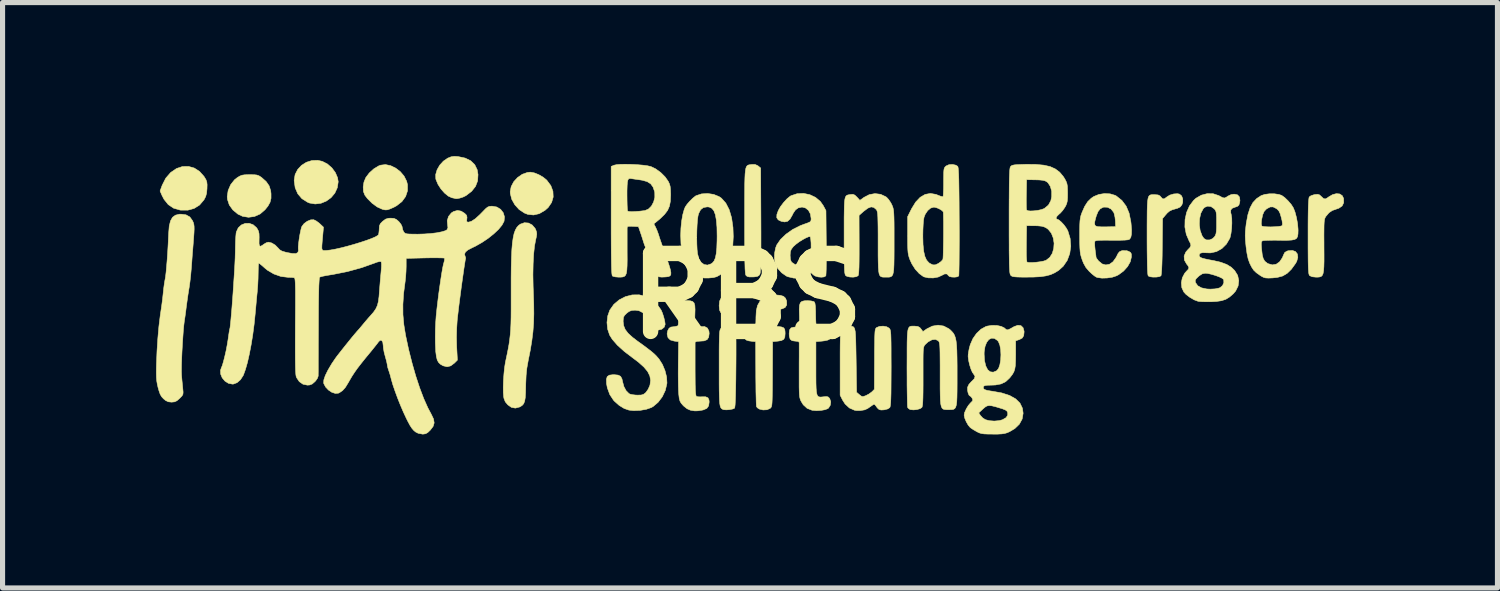
<source format=kicad_pcb>
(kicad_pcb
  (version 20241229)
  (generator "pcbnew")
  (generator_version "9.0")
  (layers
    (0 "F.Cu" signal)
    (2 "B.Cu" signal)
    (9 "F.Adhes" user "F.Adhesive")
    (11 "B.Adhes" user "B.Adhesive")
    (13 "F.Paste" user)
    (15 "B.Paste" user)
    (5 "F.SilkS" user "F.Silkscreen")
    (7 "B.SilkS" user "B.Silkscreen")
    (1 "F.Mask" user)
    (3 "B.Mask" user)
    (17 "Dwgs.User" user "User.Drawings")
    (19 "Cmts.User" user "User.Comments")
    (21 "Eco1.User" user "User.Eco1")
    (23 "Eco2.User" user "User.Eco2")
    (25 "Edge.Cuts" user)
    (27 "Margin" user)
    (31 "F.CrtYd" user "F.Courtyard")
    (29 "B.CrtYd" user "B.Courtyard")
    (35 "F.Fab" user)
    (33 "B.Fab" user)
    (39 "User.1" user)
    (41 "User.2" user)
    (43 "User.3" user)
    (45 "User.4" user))
  (footprint "RBS"
    (layer "F.Cu")
    (at 11.55 2.737)
    (property "Reference" "RBS" (at 0 0 0) (layer "F.SilkS") (effects (font (size 1.524 1.524) (thickness 0.3))))
    (attr through_hole)
    (fp_poly (pts (xy -0.309 0.006) (xy -0.261 0.029) (xy -0.235 0.074) (xy -0.225 0.149) (xy -0.225 0.185) (xy -0.228 0.265) (xy -0.238 0.312) (xy -0.254 0.333) (xy -0.3 0.347) (xy -0.364 0.352) (xy -0.433 0.348) (xy -0.49 0.335) (xy -0.516 0.321) (xy -0.539 0.273) (xy -0.547 0.19) (xy -0.547 0.184) (xy -0.538 0.096) (xy -0.509 0.038) (xy -0.455 0.008) (xy -0.385 0) (xy -0.309 0.006)) (stroke (width 0.01) (type solid)) (fill yes) (layer "F.SilkS"))
    (fp_poly (pts (xy -8.302 -2.634) (xy -8.204 -2.584) (xy -8.116 -2.508) (xy -8.047 -2.415) (xy -8.004 -2.315) (xy -7.991 -2.235) (xy -8.009 -2.118) (xy -8.057 -2.013) (xy -8.131 -1.925) (xy -8.223 -1.858) (xy -8.328 -1.815) (xy -8.44 -1.801) (xy -8.553 -1.82) (xy -8.589 -1.835) (xy -8.7 -1.905) (xy -8.781 -2) (xy -8.832 -2.118) (xy -8.851 -2.256) (xy -8.851 -2.266) (xy -8.833 -2.377) (xy -8.783 -2.475) (xy -8.708 -2.556) (xy -8.613 -2.616) (xy -8.505 -2.65) (xy -8.391 -2.654) (xy -8.302 -2.634)) (stroke (width 0.01) (type solid)) (fill yes) (layer "F.SilkS"))
    (fp_poly (pts (xy -4.16 -2.409) (xy -4.072 -2.374) (xy -3.986 -2.324) (xy -3.915 -2.266) (xy -3.914 -2.264) (xy -3.836 -2.159) (xy -3.795 -2.048) (xy -3.79 -1.937) (xy -3.821 -1.831) (xy -3.887 -1.734) (xy -3.949 -1.678) (xy -4.062 -1.612) (xy -4.174 -1.586) (xy -4.286 -1.598) (xy -4.352 -1.624) (xy -4.456 -1.693) (xy -4.54 -1.786) (xy -4.6 -1.893) (xy -4.628 -2.006) (xy -4.63 -2.042) (xy -4.611 -2.141) (xy -4.561 -2.236) (xy -4.486 -2.318) (xy -4.395 -2.381) (xy -4.294 -2.417) (xy -4.236 -2.423) (xy -4.16 -2.409)) (stroke (width 0.01) (type solid)) (fill yes) (layer "F.SilkS"))
    (fp_poly (pts (xy -10.803 -2.503) (xy -10.701 -2.437) (xy -10.614 -2.34) (xy -10.607 -2.329) (xy -10.575 -2.276) (xy -10.559 -2.231) (xy -10.553 -2.178) (xy -10.555 -2.103) (xy -10.555 -2.1) (xy -10.563 -2.012) (xy -10.581 -1.946) (xy -10.612 -1.886) (xy -10.615 -1.881) (xy -10.7 -1.781) (xy -10.807 -1.714) (xy -10.931 -1.68) (xy -11.07 -1.681) (xy -11.083 -1.683) (xy -11.208 -1.719) (xy -11.312 -1.789) (xy -11.394 -1.891) (xy -11.431 -1.961) (xy -11.472 -2.055) (xy -11.43 -2.169) (xy -11.361 -2.305) (xy -11.266 -2.415) (xy -11.151 -2.494) (xy -11.034 -2.533) (xy -10.916 -2.535) (xy -10.803 -2.503)) (stroke (width 0.01) (type solid)) (fill yes) (layer "F.SilkS"))
    (fp_poly (pts (xy -6.967 -2.55) (xy -6.868 -2.502) (xy -6.778 -2.433) (xy -6.704 -2.346) (xy -6.654 -2.246) (xy -6.637 -2.179) (xy -6.637 -2.058) (xy -6.674 -1.947) (xy -6.746 -1.848) (xy -6.849 -1.767) (xy -6.906 -1.736) (xy -6.979 -1.704) (xy -7.03 -1.687) (xy -7.073 -1.685) (xy -7.12 -1.695) (xy -7.132 -1.699) (xy -7.229 -1.743) (xy -7.329 -1.816) (xy -7.42 -1.907) (xy -7.47 -1.973) (xy -7.498 -2.044) (xy -7.503 -2.134) (xy -7.488 -2.229) (xy -7.452 -2.316) (xy -7.452 -2.317) (xy -7.384 -2.407) (xy -7.296 -2.487) (xy -7.202 -2.544) (xy -7.165 -2.559) (xy -7.068 -2.571) (xy -6.967 -2.55)) (stroke (width 0.01) (type solid)) (fill yes) (layer "F.SilkS"))
    (fp_poly (pts (xy -5.651 -2.728) (xy -5.51 -2.698) (xy -5.401 -2.645) (xy -5.323 -2.569) (xy -5.275 -2.47) (xy -5.259 -2.375) (xy -5.267 -2.252) (xy -5.308 -2.145) (xy -5.384 -2.049) (xy -5.495 -1.964) (xy -5.55 -1.937) (xy -5.614 -1.916) (xy -5.671 -1.905) (xy -5.695 -1.906) (xy -5.728 -1.914) (xy -5.77 -1.923) (xy -5.84 -1.955) (xy -5.913 -2.015) (xy -5.983 -2.094) (xy -6.041 -2.184) (xy -6.079 -2.274) (xy -6.084 -2.292) (xy -6.086 -2.377) (xy -6.059 -2.469) (xy -6.007 -2.56) (xy -5.936 -2.638) (xy -5.852 -2.696) (xy -5.85 -2.697) (xy -5.785 -2.723) (xy -5.725 -2.732) (xy -5.651 -2.728)) (stroke (width 0.01) (type solid)) (fill yes) (layer "F.SilkS"))
    (fp_poly (pts (xy -9.637 -2.373) (xy -9.582 -2.367) (xy -9.541 -2.353) (xy -9.503 -2.329) (xy -9.49 -2.32) (xy -9.399 -2.239) (xy -9.341 -2.156) (xy -9.311 -2.062) (xy -9.304 -2.003) (xy -9.304 -1.911) (xy -9.323 -1.834) (xy -9.364 -1.76) (xy -9.421 -1.689) (xy -9.517 -1.606) (xy -9.627 -1.557) (xy -9.743 -1.541) (xy -9.86 -1.56) (xy -9.951 -1.603) (xy -10.049 -1.684) (xy -10.119 -1.781) (xy -10.155 -1.89) (xy -10.16 -1.944) (xy -10.142 -2.064) (xy -10.093 -2.177) (xy -10.018 -2.273) (xy -9.965 -2.315) (xy -9.916 -2.345) (xy -9.872 -2.363) (xy -9.82 -2.371) (xy -9.746 -2.374) (xy -9.719 -2.374) (xy -9.637 -2.373)) (stroke (width 0.01) (type solid)) (fill yes) (layer "F.SilkS"))
    (fp_poly (pts (xy 0.205 -2.551) (xy 0.215 -2.544) (xy 0.264 -2.504) (xy 0.269 -1.492) (xy 0.27 -1.254) (xy 0.27 -1.053) (xy 0.27 -0.886) (xy 0.268 -0.749) (xy 0.267 -0.641) (xy 0.264 -0.558) (xy 0.26 -0.497) (xy 0.256 -0.457) (xy 0.25 -0.433) (xy 0.249 -0.43) (xy 0.228 -0.401) (xy 0.197 -0.385) (xy 0.144 -0.377) (xy 0.115 -0.375) (xy 0.044 -0.375) (xy 0.002 -0.385) (xy -0.021 -0.403) (xy -0.028 -0.416) (xy -0.033 -0.44) (xy -0.037 -0.479) (xy -0.041 -0.536) (xy -0.043 -0.613) (xy -0.046 -0.714) (xy -0.047 -0.841) (xy -0.048 -0.998) (xy -0.049 -1.187) (xy -0.049 -1.412) (xy -0.049 -1.468) (xy -0.049 -1.701) (xy -0.049 -1.899) (xy -0.048 -2.064) (xy -0.047 -2.198) (xy -0.044 -2.306) (xy -0.04 -2.39) (xy -0.033 -2.454) (xy -0.025 -2.499) (xy -0.013 -2.531) (xy 0.002 -2.55) (xy 0.02 -2.561) (xy 0.043 -2.567) (xy 0.069 -2.57) (xy 0.09 -2.573) (xy 0.155 -2.573) (xy 0.205 -2.551)) (stroke (width 0.01) (type solid)) (fill yes) (layer "F.SilkS"))
    (fp_poly (pts (xy -0.311 0.594) (xy -0.255 0.624) (xy -0.253 0.626) (xy -0.243 0.637) (xy -0.235 0.651) (xy -0.229 0.672) (xy -0.224 0.703) (xy -0.22 0.748) (xy -0.218 0.811) (xy -0.217 0.897) (xy -0.217 1.008) (xy -0.217 1.148) (xy -0.218 1.322) (xy -0.219 1.416) (xy -0.221 1.628) (xy -0.224 1.802) (xy -0.227 1.941) (xy -0.231 2.048) (xy -0.235 2.123) (xy -0.241 2.17) (xy -0.247 2.19) (xy -0.282 2.205) (xy -0.339 2.217) (xy -0.402 2.222) (xy -0.454 2.219) (xy -0.469 2.215) (xy -0.488 2.206) (xy -0.504 2.194) (xy -0.517 2.175) (xy -0.527 2.146) (xy -0.535 2.102) (xy -0.54 2.04) (xy -0.543 1.956) (xy -0.546 1.846) (xy -0.547 1.708) (xy -0.547 1.537) (xy -0.547 1.403) (xy -0.547 1.213) (xy -0.547 1.059) (xy -0.546 0.936) (xy -0.544 0.841) (xy -0.542 0.769) (xy -0.539 0.717) (xy -0.534 0.68) (xy -0.528 0.656) (xy -0.52 0.64) (xy -0.511 0.628) (xy -0.508 0.625) (xy -0.454 0.595) (xy -0.382 0.585) (xy -0.311 0.594)) (stroke (width 0.01) (type solid)) (fill yes) (layer "F.SilkS"))
    (fp_poly (pts (xy 8.448 -1.994) (xy 8.49 -1.959) (xy 8.512 -1.902) (xy 8.512 -1.834) (xy 8.496 -1.786) (xy 8.464 -1.744) (xy 8.41 -1.717) (xy 8.381 -1.709) (xy 8.306 -1.687) (xy 8.255 -1.663) (xy 8.211 -1.626) (xy 8.174 -1.584) (xy 8.118 -1.517) (xy 8.112 -0.969) (xy 8.11 -0.787) (xy 8.106 -0.637) (xy 8.101 -0.523) (xy 8.095 -0.444) (xy 8.088 -0.402) (xy 8.086 -0.397) (xy 8.053 -0.381) (xy 7.997 -0.373) (xy 7.933 -0.372) (xy 7.875 -0.379) (xy 7.839 -0.394) (xy 7.839 -0.395) (xy 7.832 -0.412) (xy 7.827 -0.452) (xy 7.823 -0.516) (xy 7.82 -0.608) (xy 7.818 -0.73) (xy 7.816 -0.885) (xy 7.815 -1.075) (xy 7.815 -1.174) (xy 7.815 -1.373) (xy 7.816 -1.536) (xy 7.817 -1.668) (xy 7.82 -1.771) (xy 7.825 -1.849) (xy 7.833 -1.905) (xy 7.844 -1.943) (xy 7.86 -1.966) (xy 7.881 -1.978) (xy 7.907 -1.983) (xy 7.94 -1.983) (xy 7.967 -1.983) (xy 8.029 -1.978) (xy 8.066 -1.96) (xy 8.084 -1.939) (xy 8.117 -1.903) (xy 8.15 -1.901) (xy 8.194 -1.932) (xy 8.198 -1.936) (xy 8.258 -1.974) (xy 8.335 -1.997) (xy 8.41 -2.002) (xy 8.448 -1.994)) (stroke (width 0.01) (type solid)) (fill yes) (layer "F.SilkS"))
    (fp_poly (pts (xy 11.58 -1.997) (xy 11.63 -1.963) (xy 11.656 -1.908) (xy 11.657 -1.825) (xy 11.626 -1.762) (xy 11.562 -1.718) (xy 11.518 -1.703) (xy 11.433 -1.673) (xy 11.37 -1.63) (xy 11.313 -1.563) (xy 11.308 -1.557) (xy 11.297 -1.538) (xy 11.288 -1.517) (xy 11.281 -1.487) (xy 11.276 -1.445) (xy 11.273 -1.385) (xy 11.272 -1.302) (xy 11.271 -1.192) (xy 11.272 -1.05) (xy 11.272 -0.983) (xy 11.273 -0.813) (xy 11.273 -0.677) (xy 11.27 -0.573) (xy 11.264 -0.495) (xy 11.254 -0.441) (xy 11.238 -0.405) (xy 11.216 -0.384) (xy 11.186 -0.375) (xy 11.148 -0.371) (xy 11.118 -0.371) (xy 11.041 -0.379) (xy 10.994 -0.4) (xy 10.992 -0.402) (xy 10.984 -0.414) (xy 10.977 -0.434) (xy 10.972 -0.468) (xy 10.968 -0.517) (xy 10.965 -0.586) (xy 10.963 -0.679) (xy 10.962 -0.799) (xy 10.961 -0.95) (xy 10.961 -1.135) (xy 10.961 -1.17) (xy 10.961 -1.372) (xy 10.962 -1.539) (xy 10.964 -1.672) (xy 10.967 -1.775) (xy 10.971 -1.85) (xy 10.976 -1.901) (xy 10.981 -1.931) (xy 10.986 -1.94) (xy 11.019 -1.963) (xy 11.074 -1.981) (xy 11.092 -1.985) (xy 11.148 -1.99) (xy 11.185 -1.979) (xy 11.221 -1.946) (xy 11.263 -1.907) (xy 11.297 -1.899) (xy 11.338 -1.92) (xy 11.359 -1.936) (xy 11.438 -1.983) (xy 11.514 -2.003) (xy 11.58 -1.997)) (stroke (width 0.01) (type solid)) (fill yes) (layer "F.SilkS"))
    (fp_poly (pts (xy -4.273 -1.429) (xy -4.201 -1.391) (xy -4.144 -1.325) (xy -4.13 -1.296) (xy -4.115 -1.252) (xy -4.111 -1.212) (xy -4.119 -1.159) (xy -4.131 -1.106) (xy -4.155 -0.98) (xy -4.172 -0.821) (xy -4.182 -0.632) (xy -4.186 -0.42) (xy -4.182 -0.189) (xy -4.178 -0.084) (xy -4.17 0.145) (xy -4.168 0.346) (xy -4.173 0.528) (xy -4.186 0.7) (xy -4.208 0.874) (xy -4.238 1.058) (xy -4.279 1.263) (xy -4.282 1.28) (xy -4.305 1.409) (xy -4.319 1.547) (xy -4.326 1.708) (xy -4.327 1.758) (xy -4.33 1.888) (xy -4.336 1.984) (xy -4.348 2.053) (xy -4.367 2.102) (xy -4.396 2.135) (xy -4.434 2.16) (xy -4.446 2.166) (xy -4.53 2.188) (xy -4.607 2.173) (xy -4.676 2.124) (xy -4.726 2.065) (xy -4.752 1.998) (xy -4.758 1.965) (xy -4.765 1.884) (xy -4.766 1.776) (xy -4.762 1.653) (xy -4.753 1.524) (xy -4.741 1.403) (xy -4.725 1.3) (xy -4.72 1.275) (xy -4.693 1.148) (xy -4.671 1.038) (xy -4.653 0.939) (xy -4.64 0.846) (xy -4.629 0.751) (xy -4.621 0.651) (xy -4.616 0.538) (xy -4.613 0.409) (xy -4.612 0.256) (xy -4.612 0.074) (xy -4.612 -0.095) (xy -4.612 -0.349) (xy -4.61 -0.568) (xy -4.605 -0.753) (xy -4.598 -0.909) (xy -4.587 -1.037) (xy -4.572 -1.141) (xy -4.554 -1.225) (xy -4.53 -1.29) (xy -4.502 -1.341) (xy -4.469 -1.379) (xy -4.432 -1.407) (xy -4.353 -1.435) (xy -4.273 -1.429)) (stroke (width 0.01) (type solid)) (fill yes) (layer "F.SilkS"))
    (fp_poly (pts (xy -0.654 -1.988) (xy -0.548 -1.945) (xy -0.503 -1.914) (xy -0.417 -1.818) (xy -0.351 -1.69) (xy -0.304 -1.531) (xy -0.277 -1.343) (xy -0.271 -1.164) (xy -0.282 -0.959) (xy -0.313 -0.78) (xy -0.364 -0.63) (xy -0.433 -0.51) (xy -0.52 -0.423) (xy -0.595 -0.38) (xy -0.66 -0.363) (xy -0.746 -0.355) (xy -0.837 -0.355) (xy -0.917 -0.363) (xy -0.957 -0.373) (xy -1.066 -0.438) (xy -1.154 -0.535) (xy -1.222 -0.665) (xy -1.268 -0.828) (xy -1.293 -1.024) (xy -1.297 -1.145) (xy -0.985 -1.145) (xy -0.983 -1.02) (xy -0.978 -0.909) (xy -0.97 -0.832) (xy -0.944 -0.733) (xy -0.9 -0.661) (xy -0.842 -0.618) (xy -0.775 -0.607) (xy -0.705 -0.631) (xy -0.678 -0.65) (xy -0.646 -0.688) (xy -0.621 -0.747) (xy -0.604 -0.83) (xy -0.593 -0.941) (xy -0.588 -1.085) (xy -0.587 -1.172) (xy -0.59 -1.347) (xy -0.602 -1.486) (xy -0.621 -1.592) (xy -0.65 -1.668) (xy -0.69 -1.717) (xy -0.741 -1.741) (xy -0.779 -1.745) (xy -0.854 -1.732) (xy -0.909 -1.69) (xy -0.947 -1.616) (xy -0.96 -1.568) (xy -0.97 -1.495) (xy -0.978 -1.392) (xy -0.983 -1.272) (xy -0.985 -1.145) (xy -1.297 -1.145) (xy -1.299 -1.182) (xy -1.294 -1.327) (xy -1.28 -1.467) (xy -1.258 -1.592) (xy -1.23 -1.693) (xy -1.209 -1.744) (xy -1.173 -1.796) (xy -1.121 -1.856) (xy -1.063 -1.913) (xy -1.011 -1.955) (xy -0.998 -1.963) (xy -0.892 -1.998) (xy -0.773 -2.006) (xy -0.654 -1.988)) (stroke (width 0.01) (type solid)) (fill yes) (layer "F.SilkS"))
    (fp_poly (pts (xy 0.553 -0.024) (xy 0.647 -0.016) (xy 0.71 0.003) (xy 0.749 0.039) (xy 0.771 0.093) (xy 0.772 0.101) (xy 0.773 0.172) (xy 0.741 0.223) (xy 0.68 0.25) (xy 0.636 0.254) (xy 0.569 0.259) (xy 0.526 0.28) (xy 0.502 0.323) (xy 0.492 0.394) (xy 0.491 0.449) (xy 0.493 0.531) (xy 0.503 0.577) (xy 0.514 0.587) (xy 0.611 0.593) (xy 0.676 0.603) (xy 0.715 0.62) (xy 0.735 0.65) (xy 0.741 0.697) (xy 0.742 0.733) (xy 0.736 0.803) (xy 0.714 0.845) (xy 0.668 0.868) (xy 0.602 0.879) (xy 0.498 0.889) (xy 0.495 1.523) (xy 0.494 1.698) (xy 0.493 1.837) (xy 0.491 1.945) (xy 0.489 2.027) (xy 0.486 2.087) (xy 0.482 2.128) (xy 0.476 2.155) (xy 0.468 2.173) (xy 0.458 2.185) (xy 0.449 2.193) (xy 0.388 2.22) (xy 0.311 2.224) (xy 0.239 2.207) (xy 0.2 2.182) (xy 0.183 2.159) (xy 0.18 2.133) (xy 0.177 2.073) (xy 0.175 1.983) (xy 0.172 1.869) (xy 0.171 1.736) (xy 0.169 1.588) (xy 0.169 1.509) (xy 0.166 0.889) (xy 0.107 0.884) (xy 0.032 0.874) (xy -0.015 0.859) (xy -0.041 0.834) (xy -0.055 0.796) (xy -0.062 0.729) (xy -0.052 0.664) (xy -0.028 0.614) (xy -0.015 0.602) (xy 0.022 0.591) (xy 0.068 0.588) (xy 0.118 0.589) (xy 0.15 0.588) (xy 0.162 0.57) (xy 0.17 0.518) (xy 0.172 0.429) (xy 0.172 0.413) (xy 0.179 0.283) (xy 0.203 0.183) (xy 0.247 0.104) (xy 0.313 0.04) (xy 0.335 0.025) (xy 0.384 -0.004) (xy 0.429 -0.019) (xy 0.487 -0.025) (xy 0.553 -0.024)) (stroke (width 0.01) (type solid)) (fill yes) (layer "F.SilkS"))
    (fp_poly (pts (xy 2.726 0.598) (xy 2.774 0.625) (xy 2.784 0.637) (xy 2.793 0.651) (xy 2.799 0.673) (xy 2.804 0.706) (xy 2.808 0.754) (xy 2.81 0.82) (xy 2.812 0.909) (xy 2.813 1.025) (xy 2.813 1.171) (xy 2.814 1.351) (xy 2.814 1.403) (xy 2.813 1.603) (xy 2.812 1.766) (xy 2.811 1.897) (xy 2.808 1.999) (xy 2.805 2.075) (xy 2.8 2.128) (xy 2.794 2.161) (xy 2.788 2.177) (xy 2.749 2.203) (xy 2.684 2.22) (xy 2.674 2.222) (xy 2.616 2.225) (xy 2.578 2.215) (xy 2.544 2.184) (xy 2.512 2.14) (xy 2.491 2.115) (xy 2.469 2.116) (xy 2.44 2.136) (xy 2.39 2.171) (xy 2.354 2.196) (xy 2.295 2.222) (xy 2.216 2.235) (xy 2.134 2.235) (xy 2.098 2.229) (xy 1.998 2.185) (xy 1.914 2.107) (xy 1.865 2.031) (xy 1.817 1.936) (xy 1.817 1.293) (xy 1.817 1.108) (xy 1.818 0.959) (xy 1.82 0.841) (xy 1.824 0.751) (xy 1.831 0.685) (xy 1.842 0.64) (xy 1.858 0.611) (xy 1.88 0.595) (xy 1.908 0.588) (xy 1.943 0.586) (xy 1.975 0.586) (xy 2.014 0.586) (xy 2.045 0.588) (xy 2.069 0.595) (xy 2.088 0.612) (xy 2.102 0.643) (xy 2.112 0.69) (xy 2.118 0.759) (xy 2.122 0.853) (xy 2.125 0.976) (xy 2.128 1.131) (xy 2.13 1.251) (xy 2.139 1.879) (xy 2.194 1.926) (xy 2.232 1.955) (xy 2.262 1.963) (xy 2.304 1.95) (xy 2.321 1.943) (xy 2.382 1.911) (xy 2.435 1.872) (xy 2.44 1.867) (xy 2.486 1.821) (xy 2.489 1.231) (xy 2.489 1.064) (xy 2.491 0.931) (xy 2.492 0.829) (xy 2.495 0.752) (xy 2.498 0.698) (xy 2.503 0.661) (xy 2.51 0.638) (xy 2.518 0.624) (xy 2.529 0.614) (xy 2.529 0.614) (xy 2.586 0.591) (xy 2.657 0.586) (xy 2.726 0.598)) (stroke (width 0.01) (type solid)) (fill yes) (layer "F.SilkS"))
    (fp_poly (pts (xy -10.965 -1.589) (xy -10.891 -1.548) (xy -10.839 -1.476) (xy -10.834 -1.465) (xy -10.82 -1.433) (xy -10.812 -1.401) (xy -10.807 -1.362) (xy -10.806 -1.31) (xy -10.809 -1.237) (xy -10.816 -1.137) (xy -10.822 -1.058) (xy -10.832 -0.929) (xy -10.843 -0.795) (xy -10.852 -0.668) (xy -10.86 -0.562) (xy -10.863 -0.528) (xy -10.873 -0.414) (xy -10.887 -0.288) (xy -10.903 -0.173) (xy -10.909 -0.137) (xy -10.926 -0.031) (xy -10.942 0.082) (xy -10.956 0.184) (xy -10.959 0.205) (xy -10.971 0.302) (xy -10.985 0.404) (xy -10.998 0.488) (xy -11.008 0.57) (xy -11.018 0.679) (xy -11.027 0.808) (xy -11.036 0.947) (xy -11.044 1.09) (xy -11.05 1.229) (xy -11.054 1.354) (xy -11.055 1.46) (xy -11.053 1.536) (xy -11.052 1.553) (xy -11.044 1.646) (xy -11.034 1.744) (xy -11.028 1.808) (xy -11.022 1.874) (xy -11.025 1.916) (xy -11.043 1.949) (xy -11.079 1.987) (xy -11.09 1.998) (xy -11.143 2.044) (xy -11.188 2.065) (xy -11.244 2.071) (xy -11.249 2.071) (xy -11.312 2.064) (xy -11.364 2.039) (xy -11.402 2.008) (xy -11.441 1.966) (xy -11.47 1.917) (xy -11.494 1.848) (xy -11.511 1.788) (xy -11.526 1.721) (xy -11.537 1.658) (xy -11.543 1.589) (xy -11.545 1.506) (xy -11.544 1.398) (xy -11.542 1.319) (xy -11.532 1.074) (xy -11.516 0.828) (xy -11.495 0.593) (xy -11.469 0.38) (xy -11.456 0.293) (xy -11.44 0.184) (xy -11.424 0.062) (xy -11.412 -0.049) (xy -11.41 -0.068) (xy -11.4 -0.16) (xy -11.388 -0.248) (xy -11.376 -0.318) (xy -11.373 -0.332) (xy -11.364 -0.386) (xy -11.354 -0.472) (xy -11.344 -0.584) (xy -11.333 -0.717) (xy -11.323 -0.864) (xy -11.314 -1.019) (xy -11.307 -1.175) (xy -11.304 -1.233) (xy -11.293 -1.369) (xy -11.268 -1.47) (xy -11.229 -1.54) (xy -11.172 -1.582) (xy -11.096 -1.601) (xy -11.063 -1.602) (xy -10.965 -1.589)) (stroke (width 0.01) (type solid)) (fill yes) (layer "F.SilkS"))
    (fp_poly (pts (xy -1.113 0.091) (xy -1.066 0.104) (xy -1.037 0.133) (xy -1.022 0.183) (xy -1.018 0.262) (xy -1.021 0.367) (xy -1.024 0.469) (xy -1.02 0.538) (xy -1.007 0.579) (xy -0.983 0.598) (xy -0.944 0.6) (xy -0.91 0.595) (xy -0.831 0.594) (xy -0.777 0.623) (xy -0.747 0.682) (xy -0.742 0.73) (xy -0.752 0.803) (xy -0.783 0.85) (xy -0.841 0.874) (xy -0.915 0.879) (xy -0.984 0.884) (xy -1.015 0.898) (xy -1.017 0.904) (xy -1.017 0.929) (xy -1.017 0.988) (xy -1.017 1.075) (xy -1.017 1.185) (xy -1.017 1.312) (xy -1.017 1.435) (xy -1.016 1.598) (xy -1.015 1.726) (xy -1.012 1.822) (xy -1.008 1.89) (xy -1.002 1.933) (xy -0.995 1.955) (xy -0.992 1.958) (xy -0.958 1.967) (xy -0.904 1.968) (xy -0.887 1.967) (xy -0.811 1.967) (xy -0.766 1.986) (xy -0.746 2.028) (xy -0.742 2.068) (xy -0.753 2.144) (xy -0.788 2.193) (xy -0.854 2.222) (xy -0.88 2.228) (xy -0.962 2.241) (xy -1.027 2.242) (xy -1.096 2.231) (xy -1.113 2.227) (xy -1.174 2.2) (xy -1.237 2.15) (xy -1.252 2.135) (xy -1.29 2.091) (xy -1.313 2.05) (xy -1.327 1.998) (xy -1.336 1.922) (xy -1.337 1.914) (xy -1.341 1.85) (xy -1.344 1.756) (xy -1.346 1.639) (xy -1.347 1.508) (xy -1.346 1.371) (xy -1.346 1.329) (xy -1.34 0.889) (xy -1.425 0.878) (xy -1.501 0.856) (xy -1.546 0.812) (xy -1.563 0.744) (xy -1.563 0.73) (xy -1.552 0.675) (xy -1.526 0.628) (xy -1.492 0.605) (xy -1.488 0.604) (xy -1.408 0.594) (xy -1.361 0.582) (xy -1.351 0.576) (xy -1.346 0.552) (xy -1.342 0.498) (xy -1.339 0.422) (xy -1.338 0.351) (xy -1.336 0.24) (xy -1.33 0.165) (xy -1.319 0.123) (xy -1.313 0.113) (xy -1.278 0.098) (xy -1.217 0.089) (xy -1.18 0.088) (xy -1.113 0.091)) (stroke (width 0.01) (type solid)) (fill yes) (layer "F.SilkS"))
    (fp_poly (pts (xy 1.249 0.093) (xy 1.299 0.105) (xy 1.313 0.113) (xy 1.326 0.143) (xy 1.334 0.204) (xy 1.338 0.299) (xy 1.338 0.351) (xy 1.34 0.439) (xy 1.343 0.511) (xy 1.348 0.561) (xy 1.352 0.577) (xy 1.378 0.586) (xy 1.43 0.592) (xy 1.474 0.594) (xy 1.538 0.6) (xy 1.589 0.612) (xy 1.606 0.622) (xy 1.623 0.66) (xy 1.631 0.719) (xy 1.628 0.781) (xy 1.615 0.831) (xy 1.606 0.844) (xy 1.574 0.859) (xy 1.516 0.872) (xy 1.462 0.879) (xy 1.344 0.889) (xy 1.344 1.402) (xy 1.344 1.568) (xy 1.345 1.699) (xy 1.348 1.799) (xy 1.354 1.871) (xy 1.364 1.921) (xy 1.379 1.952) (xy 1.4 1.967) (xy 1.428 1.972) (xy 1.464 1.97) (xy 1.489 1.967) (xy 1.548 1.962) (xy 1.582 1.969) (xy 1.606 1.992) (xy 1.614 2.003) (xy 1.634 2.065) (xy 1.625 2.131) (xy 1.591 2.186) (xy 1.576 2.198) (xy 1.521 2.219) (xy 1.442 2.233) (xy 1.356 2.238) (xy 1.277 2.231) (xy 1.269 2.23) (xy 1.172 2.192) (xy 1.096 2.122) (xy 1.056 2.057) (xy 1.043 2.031) (xy 1.034 2.003) (xy 1.026 1.969) (xy 1.021 1.924) (xy 1.018 1.862) (xy 1.016 1.778) (xy 1.016 1.668) (xy 1.016 1.527) (xy 1.016 1.452) (xy 1.016 1.312) (xy 1.017 1.184) (xy 1.017 1.074) (xy 1.017 0.987) (xy 1.017 0.928) (xy 1.017 0.904) (xy 0.998 0.886) (xy 0.947 0.879) (xy 0.939 0.879) (xy 0.877 0.87) (xy 0.84 0.84) (xy 0.823 0.781) (xy 0.821 0.728) (xy 0.829 0.659) (xy 0.859 0.62) (xy 0.914 0.606) (xy 0.928 0.606) (xy 0.977 0.6) (xy 1.009 0.585) (xy 1.018 0.556) (xy 1.022 0.493) (xy 1.022 0.402) (xy 1.021 0.366) (xy 1.018 0.256) (xy 1.023 0.18) (xy 1.039 0.131) (xy 1.069 0.103) (xy 1.116 0.091) (xy 1.18 0.088) (xy 1.249 0.093)) (stroke (width 0.01) (type solid)) (fill yes) (layer "F.SilkS"))
    (fp_poly (pts (xy 2.609 -1.99) (xy 2.709 -1.943) (xy 2.726 -1.931) (xy 2.765 -1.888) (xy 2.806 -1.827) (xy 2.826 -1.789) (xy 2.838 -1.761) (xy 2.848 -1.734) (xy 2.856 -1.703) (xy 2.862 -1.663) (xy 2.866 -1.611) (xy 2.869 -1.542) (xy 2.871 -1.45) (xy 2.872 -1.331) (xy 2.872 -1.181) (xy 2.872 -1.063) (xy 2.872 -0.88) (xy 2.871 -0.733) (xy 2.869 -0.617) (xy 2.865 -0.529) (xy 2.857 -0.465) (xy 2.846 -0.421) (xy 2.829 -0.394) (xy 2.806 -0.379) (xy 2.777 -0.372) (xy 2.74 -0.371) (xy 2.711 -0.371) (xy 2.67 -0.371) (xy 2.638 -0.374) (xy 2.612 -0.383) (xy 2.593 -0.403) (xy 2.579 -0.437) (xy 2.57 -0.489) (xy 2.564 -0.563) (xy 2.561 -0.663) (xy 2.559 -0.792) (xy 2.559 -0.955) (xy 2.559 -1.042) (xy 2.559 -1.213) (xy 2.558 -1.35) (xy 2.556 -1.456) (xy 2.554 -1.537) (xy 2.551 -1.595) (xy 2.546 -1.636) (xy 2.539 -1.663) (xy 2.531 -1.682) (xy 2.523 -1.693) (xy 2.475 -1.734) (xy 2.422 -1.744) (xy 2.36 -1.72) (xy 2.284 -1.663) (xy 2.278 -1.659) (xy 2.187 -1.578) (xy 2.189 -1.003) (xy 2.189 -0.822) (xy 2.188 -0.677) (xy 2.186 -0.566) (xy 2.182 -0.485) (xy 2.177 -0.432) (xy 2.17 -0.404) (xy 2.168 -0.399) (xy 2.131 -0.38) (xy 2.072 -0.371) (xy 2.007 -0.374) (xy 1.951 -0.387) (xy 1.926 -0.402) (xy 1.918 -0.414) (xy 1.912 -0.434) (xy 1.906 -0.467) (xy 1.902 -0.516) (xy 1.9 -0.585) (xy 1.897 -0.677) (xy 1.896 -0.796) (xy 1.895 -0.946) (xy 1.895 -1.131) (xy 1.895 -1.181) (xy 1.895 -1.377) (xy 1.895 -1.537) (xy 1.897 -1.666) (xy 1.899 -1.766) (xy 1.903 -1.842) (xy 1.91 -1.896) (xy 1.92 -1.934) (xy 1.934 -1.958) (xy 1.952 -1.972) (xy 1.975 -1.979) (xy 2.003 -1.984) (xy 2.019 -1.986) (xy 2.068 -1.99) (xy 2.105 -1.974) (xy 2.146 -1.935) (xy 2.203 -1.872) (xy 2.283 -1.93) (xy 2.387 -1.984) (xy 2.498 -2.004) (xy 2.609 -1.99)) (stroke (width 0.01) (type solid)) (fill yes) (layer "F.SilkS"))
    (fp_poly (pts (xy 1.224 -1.983) (xy 1.336 -1.93) (xy 1.43 -1.851) (xy 1.488 -1.768) (xy 1.54 -1.671) (xy 1.546 -1.045) (xy 1.547 -0.892) (xy 1.547 -0.751) (xy 1.546 -0.627) (xy 1.545 -0.524) (xy 1.542 -0.449) (xy 1.539 -0.405) (xy 1.537 -0.396) (xy 1.504 -0.376) (xy 1.449 -0.37) (xy 1.386 -0.376) (xy 1.327 -0.394) (xy 1.295 -0.415) (xy 1.248 -0.458) (xy 1.154 -0.405) (xy 1.037 -0.36) (xy 0.915 -0.352) (xy 0.795 -0.38) (xy 0.766 -0.393) (xy 0.673 -0.458) (xy 0.596 -0.545) (xy 0.548 -0.643) (xy 0.545 -0.655) (xy 0.533 -0.742) (xy 0.535 -0.794) (xy 0.84 -0.794) (xy 0.845 -0.719) (xy 0.863 -0.673) (xy 0.874 -0.66) (xy 0.934 -0.62) (xy 0.994 -0.61) (xy 1.068 -0.627) (xy 1.09 -0.636) (xy 1.157 -0.667) (xy 1.203 -0.7) (xy 1.23 -0.744) (xy 1.245 -0.805) (xy 1.25 -0.893) (xy 1.25 -0.95) (xy 1.249 -1.04) (xy 1.243 -1.11) (xy 1.236 -1.153) (xy 1.23 -1.163) (xy 1.202 -1.161) (xy 1.151 -1.14) (xy 1.088 -1.106) (xy 1.02 -1.064) (xy 0.958 -1.018) (xy 0.91 -0.976) (xy 0.901 -0.967) (xy 0.863 -0.917) (xy 0.845 -0.869) (xy 0.84 -0.803) (xy 0.84 -0.794) (xy 0.535 -0.794) (xy 0.537 -0.844) (xy 0.556 -0.941) (xy 0.578 -1) (xy 0.653 -1.109) (xy 0.76 -1.211) (xy 0.89 -1.303) (xy 1.037 -1.377) (xy 1.119 -1.408) (xy 1.187 -1.432) (xy 1.227 -1.45) (xy 1.245 -1.47) (xy 1.25 -1.499) (xy 1.25 -1.518) (xy 1.236 -1.607) (xy 1.198 -1.677) (xy 1.141 -1.723) (xy 1.073 -1.741) (xy 0.999 -1.725) (xy 0.997 -1.724) (xy 0.945 -1.686) (xy 0.901 -1.622) (xy 0.884 -1.587) (xy 0.839 -1.508) (xy 0.791 -1.463) (xy 0.733 -1.45) (xy 0.666 -1.462) (xy 0.607 -1.491) (xy 0.579 -1.533) (xy 0.581 -1.595) (xy 0.608 -1.671) (xy 0.651 -1.748) (xy 0.711 -1.828) (xy 0.777 -1.9) (xy 0.84 -1.952) (xy 0.859 -1.963) (xy 0.977 -2.002) (xy 1.101 -2.008) (xy 1.224 -1.983)) (stroke (width 0.01) (type solid)) (fill yes) (layer "F.SilkS"))
    (fp_poly (pts (xy 3.84 0.584) (xy 3.94 0.636) (xy 3.968 0.658) (xy 4.002 0.692) (xy 4.031 0.726) (xy 4.053 0.766) (xy 4.07 0.815) (xy 4.083 0.877) (xy 4.092 0.958) (xy 4.098 1.061) (xy 4.101 1.191) (xy 4.103 1.351) (xy 4.103 1.534) (xy 4.103 1.715) (xy 4.102 1.861) (xy 4.1 1.976) (xy 4.096 2.063) (xy 4.088 2.126) (xy 4.075 2.169) (xy 4.058 2.196) (xy 4.034 2.211) (xy 4.004 2.217) (xy 3.965 2.218) (xy 3.937 2.218) (xy 3.893 2.218) (xy 3.858 2.215) (xy 3.83 2.207) (xy 3.809 2.188) (xy 3.794 2.156) (xy 3.783 2.106) (xy 3.776 2.034) (xy 3.773 1.938) (xy 3.771 1.813) (xy 3.771 1.655) (xy 3.771 1.523) (xy 3.771 1.351) (xy 3.77 1.213) (xy 3.769 1.106) (xy 3.767 1.026) (xy 3.764 0.967) (xy 3.759 0.927) (xy 3.753 0.901) (xy 3.745 0.884) (xy 3.735 0.873) (xy 3.735 0.872) (xy 3.679 0.845) (xy 3.611 0.853) (xy 3.538 0.892) (xy 3.482 0.943) (xy 3.469 0.958) (xy 3.459 0.974) (xy 3.451 0.995) (xy 3.445 1.027) (xy 3.441 1.074) (xy 3.439 1.14) (xy 3.438 1.23) (xy 3.438 1.348) (xy 3.438 1.499) (xy 3.438 1.566) (xy 3.438 1.74) (xy 3.437 1.879) (xy 3.435 1.987) (xy 3.432 2.067) (xy 3.428 2.122) (xy 3.421 2.158) (xy 3.414 2.176) (xy 3.378 2.199) (xy 3.318 2.216) (xy 3.251 2.223) (xy 3.19 2.217) (xy 3.182 2.215) (xy 3.147 2.19) (xy 3.136 2.173) (xy 3.133 2.146) (xy 3.131 2.085) (xy 3.129 1.994) (xy 3.127 1.877) (xy 3.125 1.739) (xy 3.125 1.584) (xy 3.124 1.417) (xy 3.124 1.387) (xy 3.125 1.189) (xy 3.125 1.027) (xy 3.126 0.896) (xy 3.129 0.794) (xy 3.134 0.718) (xy 3.142 0.662) (xy 3.154 0.625) (xy 3.169 0.602) (xy 3.19 0.59) (xy 3.216 0.586) (xy 3.248 0.586) (xy 3.275 0.586) (xy 3.335 0.592) (xy 3.374 0.613) (xy 3.396 0.639) (xy 3.435 0.692) (xy 3.51 0.64) (xy 3.618 0.586) (xy 3.731 0.567) (xy 3.84 0.584)) (stroke (width 0.01) (type solid)) (fill yes) (layer "F.SilkS"))
    (fp_poly (pts (xy -1.98 0.005) (xy -1.952 0.017) (xy -1.878 0.062) (xy -1.798 0.129) (xy -1.728 0.205) (xy -1.681 0.272) (xy -1.654 0.334) (xy -1.629 0.413) (xy -1.61 0.491) (xy -1.602 0.55) (xy -1.602 0.551) (xy -1.62 0.606) (xy -1.668 0.646) (xy -1.741 0.664) (xy -1.76 0.664) (xy -1.843 0.649) (xy -1.902 0.602) (xy -1.938 0.525) (xy -1.944 0.494) (xy -1.975 0.397) (xy -2.033 0.326) (xy -2.114 0.284) (xy -2.189 0.274) (xy -2.258 0.279) (xy -2.309 0.3) (xy -2.354 0.334) (xy -2.395 0.375) (xy -2.416 0.412) (xy -2.422 0.464) (xy -2.423 0.497) (xy -2.413 0.577) (xy -2.383 0.651) (xy -2.327 0.725) (xy -2.242 0.803) (xy -2.144 0.878) (xy -2.027 0.962) (xy -1.938 1.029) (xy -1.87 1.082) (xy -1.818 1.126) (xy -1.777 1.166) (xy -1.742 1.206) (xy -1.723 1.228) (xy -1.656 1.334) (xy -1.605 1.456) (xy -1.574 1.58) (xy -1.567 1.694) (xy -1.568 1.706) (xy -1.598 1.839) (xy -1.657 1.964) (xy -1.738 2.072) (xy -1.835 2.155) (xy -1.873 2.177) (xy -1.971 2.211) (xy -2.091 2.232) (xy -2.216 2.237) (xy -2.31 2.227) (xy -2.403 2.195) (xy -2.502 2.134) (xy -2.595 2.051) (xy -2.612 2.032) (xy -2.684 1.923) (xy -2.732 1.792) (xy -2.748 1.707) (xy -2.75 1.624) (xy -2.734 1.572) (xy -2.693 1.544) (xy -2.623 1.535) (xy -2.597 1.535) (xy -2.52 1.543) (xy -2.473 1.567) (xy -2.446 1.617) (xy -2.433 1.676) (xy -2.408 1.768) (xy -2.365 1.848) (xy -2.31 1.903) (xy -2.29 1.914) (xy -2.245 1.925) (xy -2.179 1.933) (xy -2.137 1.934) (xy -2.07 1.932) (xy -2.026 1.919) (xy -1.99 1.893) (xy -1.974 1.876) (xy -1.934 1.819) (xy -1.903 1.749) (xy -1.898 1.733) (xy -1.887 1.643) (xy -1.902 1.558) (xy -1.945 1.472) (xy -2.018 1.385) (xy -2.124 1.29) (xy -2.229 1.211) (xy -2.402 1.079) (xy -2.537 0.957) (xy -2.635 0.844) (xy -2.687 0.761) (xy -2.726 0.645) (xy -2.739 0.515) (xy -2.724 0.386) (xy -2.684 0.273) (xy -2.605 0.161) (xy -2.501 0.073) (xy -2.379 0.01) (xy -2.247 -0.024) (xy -2.111 -0.026) (xy -1.98 0.005)) (stroke (width 0.01) (type solid)) (fill yes) (layer "F.SilkS"))
    (fp_poly (pts (xy 10.303 -2) (xy 10.391 -1.987) (xy 10.445 -1.969) (xy 10.505 -1.926) (xy 10.571 -1.862) (xy 10.632 -1.791) (xy 10.674 -1.725) (xy 10.706 -1.643) (xy 10.734 -1.537) (xy 10.755 -1.422) (xy 10.765 -1.313) (xy 10.766 -1.286) (xy 10.764 -1.217) (xy 10.756 -1.166) (xy 10.737 -1.13) (xy 10.701 -1.108) (xy 10.643 -1.096) (xy 10.557 -1.091) (xy 10.44 -1.091) (xy 10.398 -1.092) (xy 10.294 -1.093) (xy 10.201 -1.091) (xy 10.128 -1.089) (xy 10.084 -1.085) (xy 10.075 -1.083) (xy 10.058 -1.072) (xy 10.049 -1.051) (xy 10.047 -1.01) (xy 10.051 -0.942) (xy 10.054 -0.911) (xy 10.066 -0.807) (xy 10.085 -0.734) (xy 10.116 -0.682) (xy 10.162 -0.645) (xy 10.182 -0.634) (xy 10.263 -0.611) (xy 10.339 -0.624) (xy 10.406 -0.672) (xy 10.459 -0.751) (xy 10.482 -0.806) (xy 10.506 -0.854) (xy 10.55 -0.88) (xy 10.572 -0.887) (xy 10.655 -0.893) (xy 10.716 -0.871) (xy 10.752 -0.824) (xy 10.761 -0.759) (xy 10.74 -0.681) (xy 10.716 -0.638) (xy 10.634 -0.525) (xy 10.553 -0.446) (xy 10.465 -0.394) (xy 10.361 -0.366) (xy 10.267 -0.356) (xy 10.187 -0.353) (xy 10.132 -0.356) (xy 10.09 -0.368) (xy 10.048 -0.39) (xy 10.023 -0.406) (xy 9.95 -0.458) (xy 9.898 -0.508) (xy 9.857 -0.57) (xy 9.82 -0.645) (xy 9.79 -0.729) (xy 9.767 -0.837) (xy 9.748 -0.976) (xy 9.748 -0.979) (xy 9.737 -1.091) (xy 9.733 -1.181) (xy 9.736 -1.266) (xy 9.746 -1.362) (xy 9.752 -1.409) (xy 10.046 -1.409) (xy 10.056 -1.373) (xy 10.061 -1.368) (xy 10.095 -1.36) (xy 10.155 -1.355) (xy 10.229 -1.353) (xy 10.308 -1.356) (xy 10.379 -1.361) (xy 10.431 -1.369) (xy 10.454 -1.378) (xy 10.461 -1.411) (xy 10.453 -1.473) (xy 10.438 -1.536) (xy 10.416 -1.612) (xy 10.392 -1.662) (xy 10.361 -1.697) (xy 10.337 -1.714) (xy 10.277 -1.744) (xy 10.221 -1.743) (xy 10.158 -1.71) (xy 10.146 -1.702) (xy 10.104 -1.658) (xy 10.075 -1.593) (xy 10.054 -1.498) (xy 10.051 -1.478) (xy 10.046 -1.409) (xy 9.752 -1.409) (xy 9.755 -1.433) (xy 9.786 -1.596) (xy 9.828 -1.726) (xy 9.883 -1.828) (xy 9.956 -1.906) (xy 10.045 -1.965) (xy 10.115 -1.988) (xy 10.206 -2) (xy 10.303 -2)) (stroke (width 0.01) (type solid)) (fill yes) (layer "F.SilkS"))
    (fp_poly (pts (xy 7.093 -1.999) (xy 7.19 -1.97) (xy 7.214 -1.957) (xy 7.323 -1.87) (xy 7.406 -1.759) (xy 7.464 -1.622) (xy 7.498 -1.454) (xy 7.502 -1.42) (xy 7.512 -1.3) (xy 7.51 -1.212) (xy 7.498 -1.151) (xy 7.474 -1.114) (xy 7.47 -1.111) (xy 7.442 -1.101) (xy 7.382 -1.095) (xy 7.288 -1.092) (xy 7.158 -1.092) (xy 7.123 -1.092) (xy 7.001 -1.093) (xy 6.913 -1.092) (xy 6.853 -1.089) (xy 6.816 -1.083) (xy 6.798 -1.075) (xy 6.794 -1.068) (xy 6.791 -1.036) (xy 6.793 -0.977) (xy 6.8 -0.906) (xy 6.809 -0.837) (xy 6.816 -0.784) (xy 6.818 -0.759) (xy 6.818 -0.759) (xy 6.83 -0.737) (xy 6.859 -0.698) (xy 6.869 -0.686) (xy 6.936 -0.63) (xy 7.009 -0.61) (xy 7.082 -0.624) (xy 7.15 -0.673) (xy 7.208 -0.754) (xy 7.219 -0.775) (xy 7.249 -0.835) (xy 7.278 -0.869) (xy 7.314 -0.885) (xy 7.333 -0.89) (xy 7.416 -0.889) (xy 7.457 -0.875) (xy 7.493 -0.853) (xy 7.508 -0.823) (xy 7.509 -0.77) (xy 7.509 -0.766) (xy 7.487 -0.672) (xy 7.434 -0.578) (xy 7.356 -0.491) (xy 7.259 -0.419) (xy 7.219 -0.398) (xy 7.135 -0.37) (xy 7.034 -0.355) (xy 6.933 -0.352) (xy 6.847 -0.364) (xy 6.823 -0.372) (xy 6.787 -0.395) (xy 6.735 -0.437) (xy 6.686 -0.483) (xy 6.62 -0.56) (xy 6.573 -0.644) (xy 6.546 -0.713) (xy 6.528 -0.768) (xy 6.515 -0.818) (xy 6.507 -0.873) (xy 6.502 -0.941) (xy 6.499 -1.029) (xy 6.498 -1.145) (xy 6.498 -1.182) (xy 6.498 -1.308) (xy 6.5 -1.4) (xy 6.79 -1.4) (xy 6.808 -1.372) (xy 6.851 -1.358) (xy 6.923 -1.354) (xy 7.011 -1.354) (xy 7.2 -1.358) (xy 7.196 -1.469) (xy 7.188 -1.543) (xy 7.172 -1.612) (xy 7.161 -1.641) (xy 7.111 -1.702) (xy 7.043 -1.737) (xy 6.97 -1.74) (xy 6.951 -1.734) (xy 6.898 -1.705) (xy 6.857 -1.653) (xy 6.824 -1.572) (xy 6.807 -1.514) (xy 6.791 -1.446) (xy 6.79 -1.4) (xy 6.5 -1.4) (xy 6.5 -1.402) (xy 6.504 -1.472) (xy 6.512 -1.527) (xy 6.522 -1.574) (xy 6.538 -1.62) (xy 6.542 -1.631) (xy 6.596 -1.754) (xy 6.655 -1.846) (xy 6.725 -1.914) (xy 6.774 -1.947) (xy 6.872 -1.987) (xy 6.983 -2.005) (xy 7.093 -1.999)) (stroke (width 0.01) (type solid)) (fill yes) (layer "F.SilkS"))
    (fp_poly (pts (xy 4.079 -2.559) (xy 4.114 -2.537) (xy 4.12 -2.523) (xy 4.125 -2.494) (xy 4.129 -2.446) (xy 4.133 -2.377) (xy 4.136 -2.284) (xy 4.138 -2.165) (xy 4.14 -2.016) (xy 4.142 -1.835) (xy 4.143 -1.619) (xy 4.144 -1.464) (xy 4.145 -1.265) (xy 4.145 -1.077) (xy 4.144 -0.905) (xy 4.143 -0.752) (xy 4.142 -0.621) (xy 4.14 -0.516) (xy 4.138 -0.442) (xy 4.136 -0.401) (xy 4.134 -0.394) (xy 4.106 -0.378) (xy 4.056 -0.371) (xy 4.001 -0.373) (xy 3.955 -0.383) (xy 3.935 -0.399) (xy 3.905 -0.433) (xy 3.859 -0.434) (xy 3.804 -0.406) (xy 3.732 -0.373) (xy 3.639 -0.356) (xy 3.543 -0.357) (xy 3.459 -0.376) (xy 3.443 -0.383) (xy 3.363 -0.441) (xy 3.285 -0.526) (xy 3.219 -0.63) (xy 3.183 -0.708) (xy 3.166 -0.754) (xy 3.154 -0.798) (xy 3.145 -0.846) (xy 3.14 -0.906) (xy 3.137 -0.985) (xy 3.136 -1.09) (xy 3.136 -1.172) (xy 3.433 -1.172) (xy 3.437 -1.008) (xy 3.45 -0.877) (xy 3.473 -0.777) (xy 3.506 -0.704) (xy 3.552 -0.653) (xy 3.57 -0.64) (xy 3.627 -0.612) (xy 3.676 -0.611) (xy 3.734 -0.637) (xy 3.745 -0.644) (xy 3.791 -0.678) (xy 3.822 -0.713) (xy 3.824 -0.717) (xy 3.828 -0.743) (xy 3.831 -0.8) (xy 3.833 -0.884) (xy 3.835 -0.986) (xy 3.837 -1.099) (xy 3.838 -1.218) (xy 3.838 -1.335) (xy 3.838 -1.442) (xy 3.836 -1.535) (xy 3.835 -1.605) (xy 3.832 -1.646) (xy 3.832 -1.646) (xy 3.812 -1.67) (xy 3.769 -1.698) (xy 3.715 -1.723) (xy 3.664 -1.737) (xy 3.647 -1.739) (xy 3.586 -1.721) (xy 3.528 -1.672) (xy 3.48 -1.601) (xy 3.457 -1.542) (xy 3.447 -1.486) (xy 3.44 -1.401) (xy 3.435 -1.294) (xy 3.433 -1.175) (xy 3.433 -1.172) (xy 3.136 -1.172) (xy 3.136 -1.192) (xy 3.136 -1.553) (xy 3.214 -1.709) (xy 3.293 -1.838) (xy 3.381 -1.931) (xy 3.478 -1.988) (xy 3.581 -2.007) (xy 3.691 -1.988) (xy 3.725 -1.974) (xy 3.779 -1.953) (xy 3.817 -1.944) (xy 3.828 -1.945) (xy 3.832 -1.968) (xy 3.835 -2.023) (xy 3.838 -2.101) (xy 3.839 -2.197) (xy 3.839 -2.231) (xy 3.84 -2.339) (xy 3.841 -2.416) (xy 3.845 -2.467) (xy 3.852 -2.499) (xy 3.864 -2.521) (xy 3.881 -2.538) (xy 3.888 -2.544) (xy 3.944 -2.569) (xy 4.014 -2.574) (xy 4.079 -2.559)) (stroke (width 0.01) (type solid)) (fill yes) (layer "F.SilkS"))
    (fp_poly (pts (xy -2.261 -2.575) (xy -2.148 -2.569) (xy -2.041 -2.56) (xy -1.95 -2.548) (xy -1.884 -2.533) (xy -1.882 -2.533) (xy -1.787 -2.487) (xy -1.689 -2.416) (xy -1.602 -2.329) (xy -1.541 -2.242) (xy -1.519 -2.195) (xy -1.505 -2.147) (xy -1.498 -2.085) (xy -1.495 -1.998) (xy -1.495 -1.973) (xy -1.5 -1.856) (xy -1.518 -1.76) (xy -1.554 -1.677) (xy -1.613 -1.599) (xy -1.698 -1.516) (xy -1.766 -1.459) (xy -1.823 -1.413) (xy -1.789 -1.347) (xy -1.761 -1.284) (xy -1.734 -1.211) (xy -1.728 -1.192) (xy -1.712 -1.14) (xy -1.685 -1.062) (xy -1.652 -0.967) (xy -1.617 -0.865) (xy -1.611 -0.85) (xy -1.561 -0.708) (xy -1.524 -0.598) (xy -1.5 -0.516) (xy -1.49 -0.458) (xy -1.492 -0.419) (xy -1.508 -0.396) (xy -1.536 -0.383) (xy -1.577 -0.377) (xy -1.603 -0.375) (xy -1.668 -0.372) (xy -1.719 -0.377) (xy -1.76 -0.396) (xy -1.794 -0.432) (xy -1.825 -0.491) (xy -1.859 -0.577) (xy -1.899 -0.695) (xy -1.907 -0.72) (xy -1.936 -0.808) (xy -1.962 -0.885) (xy -1.982 -0.942) (xy -1.992 -0.967) (xy -2.01 -1.013) (xy -2.029 -1.071) (xy -2.03 -1.075) (xy -2.048 -1.133) (xy -2.072 -1.207) (xy -2.087 -1.25) (xy -2.124 -1.358) (xy -2.234 -1.364) (xy -2.297 -1.366) (xy -2.33 -1.362) (xy -2.343 -1.347) (xy -2.345 -1.325) (xy -2.345 -1.292) (xy -2.345 -1.227) (xy -2.345 -1.136) (xy -2.345 -1.026) (xy -2.345 -0.902) (xy -2.345 -0.862) (xy -2.344 -0.711) (xy -2.346 -0.595) (xy -2.351 -0.509) (xy -2.36 -0.448) (xy -2.376 -0.409) (xy -2.399 -0.386) (xy -2.432 -0.375) (xy -2.475 -0.371) (xy -2.51 -0.371) (xy -2.572 -0.376) (xy -2.619 -0.387) (xy -2.634 -0.395) (xy -2.639 -0.41) (xy -2.644 -0.446) (xy -2.648 -0.505) (xy -2.651 -0.59) (xy -2.653 -0.702) (xy -2.655 -0.843) (xy -2.656 -1.017) (xy -2.657 -1.226) (xy -2.657 -1.471) (xy -2.657 -1.977) (xy -2.348 -1.977) (xy -2.347 -1.873) (xy -2.345 -1.782) (xy -2.342 -1.712) (xy -2.338 -1.67) (xy -2.336 -1.663) (xy -2.311 -1.654) (xy -2.256 -1.651) (xy -2.18 -1.654) (xy -2.091 -1.661) (xy -1.999 -1.672) (xy -1.93 -1.701) (xy -1.871 -1.759) (xy -1.828 -1.839) (xy -1.804 -1.93) (xy -1.805 -2.023) (xy -1.809 -2.045) (xy -1.839 -2.132) (xy -1.885 -2.195) (xy -1.953 -2.238) (xy -2.049 -2.265) (xy -2.12 -2.276) (xy -2.185 -2.285) (xy -2.24 -2.293) (xy -2.257 -2.296) (xy -2.29 -2.3) (xy -2.314 -2.293) (xy -2.33 -2.271) (xy -2.34 -2.227) (xy -2.345 -2.158) (xy -2.348 -2.058) (xy -2.348 -1.977) (xy -2.657 -1.977) (xy -2.657 -2.535) (xy -2.599 -2.559) (xy -2.55 -2.57) (xy -2.471 -2.576) (xy -2.372 -2.577) (xy -2.261 -2.575)) (stroke (width 0.01) (type solid)) (fill yes) (layer "F.SilkS"))
    (fp_poly (pts (xy 5.642 -2.574) (xy 5.795 -2.56) (xy 5.92 -2.532) (xy 6.022 -2.486) (xy 6.106 -2.423) (xy 6.176 -2.34) (xy 6.208 -2.29) (xy 6.233 -2.242) (xy 6.249 -2.198) (xy 6.258 -2.146) (xy 6.261 -2.073) (xy 6.262 -2.013) (xy 6.261 -1.922) (xy 6.256 -1.859) (xy 6.245 -1.811) (xy 6.227 -1.768) (xy 6.208 -1.735) (xy 6.166 -1.674) (xy 6.118 -1.621) (xy 6.096 -1.602) (xy 6.058 -1.566) (xy 6.038 -1.532) (xy 6.042 -1.509) (xy 6.057 -1.504) (xy 6.091 -1.489) (xy 6.137 -1.45) (xy 6.188 -1.396) (xy 6.233 -1.335) (xy 6.266 -1.278) (xy 6.267 -1.275) (xy 6.312 -1.126) (xy 6.324 -0.976) (xy 6.304 -0.832) (xy 6.255 -0.699) (xy 6.176 -0.584) (xy 6.087 -0.504) (xy 6.009 -0.456) (xy 5.929 -0.42) (xy 5.838 -0.396) (xy 5.729 -0.38) (xy 5.594 -0.373) (xy 5.479 -0.372) (xy 5.363 -0.372) (xy 5.281 -0.374) (xy 5.225 -0.378) (xy 5.188 -0.384) (xy 5.165 -0.395) (xy 5.151 -0.407) (xy 5.144 -0.418) (xy 5.138 -0.435) (xy 5.133 -0.462) (xy 5.129 -0.502) (xy 5.126 -0.558) (xy 5.123 -0.633) (xy 5.122 -0.73) (xy 5.12 -0.853) (xy 5.12 -0.896) (xy 5.455 -0.896) (xy 5.456 -0.791) (xy 5.46 -0.715) (xy 5.466 -0.673) (xy 5.47 -0.665) (xy 5.505 -0.657) (xy 5.568 -0.657) (xy 5.644 -0.662) (xy 5.724 -0.672) (xy 5.793 -0.685) (xy 5.842 -0.701) (xy 5.913 -0.757) (xy 5.963 -0.836) (xy 5.991 -0.932) (xy 5.998 -1.034) (xy 5.982 -1.136) (xy 5.945 -1.229) (xy 5.886 -1.303) (xy 5.852 -1.329) (xy 5.805 -1.353) (xy 5.753 -1.367) (xy 5.682 -1.374) (xy 5.62 -1.376) (xy 5.461 -1.377) (xy 5.456 -1.027) (xy 5.455 -0.896) (xy 5.12 -0.896) (xy 5.12 -1.005) (xy 5.119 -1.188) (xy 5.119 -1.407) (xy 5.119 -1.468) (xy 5.119 -1.7) (xy 5.12 -1.891) (xy 5.454 -1.891) (xy 5.455 -1.801) (xy 5.456 -1.731) (xy 5.459 -1.69) (xy 5.461 -1.683) (xy 5.485 -1.669) (xy 5.537 -1.664) (xy 5.605 -1.667) (xy 5.679 -1.676) (xy 5.749 -1.691) (xy 5.803 -1.711) (xy 5.81 -1.715) (xy 5.887 -1.779) (xy 5.934 -1.864) (xy 5.951 -1.944) (xy 5.951 -2.051) (xy 5.925 -2.144) (xy 5.879 -2.215) (xy 5.859 -2.232) (xy 5.824 -2.252) (xy 5.777 -2.264) (xy 5.707 -2.271) (xy 5.635 -2.273) (xy 5.461 -2.276) (xy 5.456 -1.994) (xy 5.454 -1.891) (xy 5.12 -1.891) (xy 5.12 -1.897) (xy 5.121 -2.06) (xy 5.122 -2.193) (xy 5.124 -2.299) (xy 5.127 -2.381) (xy 5.13 -2.442) (xy 5.134 -2.486) (xy 5.139 -2.513) (xy 5.145 -2.529) (xy 5.147 -2.531) (xy 5.161 -2.546) (xy 5.184 -2.557) (xy 5.221 -2.565) (xy 5.278 -2.57) (xy 5.363 -2.573) (xy 5.456 -2.576) (xy 5.642 -2.574)) (stroke (width 0.01) (type solid)) (fill yes) (layer "F.SilkS"))
    (fp_poly (pts (xy 9.107 -2.001) (xy 9.216 -1.965) (xy 9.238 -1.953) (xy 9.292 -1.924) (xy 9.33 -1.918) (xy 9.368 -1.936) (xy 9.393 -1.954) (xy 9.458 -1.985) (xy 9.518 -1.993) (xy 9.583 -1.979) (xy 9.62 -1.938) (xy 9.63 -1.87) (xy 9.624 -1.829) (xy 9.61 -1.781) (xy 9.582 -1.755) (xy 9.536 -1.739) (xy 9.478 -1.717) (xy 9.451 -1.684) (xy 9.45 -1.632) (xy 9.46 -1.589) (xy 9.47 -1.52) (xy 9.472 -1.427) (xy 9.467 -1.325) (xy 9.455 -1.227) (xy 9.438 -1.149) (xy 9.43 -1.128) (xy 9.365 -1.017) (xy 9.277 -0.93) (xy 9.171 -0.871) (xy 9.055 -0.845) (xy 8.983 -0.847) (xy 8.9 -0.85) (xy 8.851 -0.838) (xy 8.833 -0.808) (xy 8.834 -0.791) (xy 8.842 -0.772) (xy 8.86 -0.756) (xy 8.894 -0.742) (xy 8.951 -0.727) (xy 9.036 -0.709) (xy 9.115 -0.695) (xy 9.259 -0.661) (xy 9.372 -0.619) (xy 9.461 -0.564) (xy 9.526 -0.501) (xy 9.585 -0.406) (xy 9.607 -0.303) (xy 9.594 -0.199) (xy 9.546 -0.101) (xy 9.5 -0.047) (xy 9.426 0.017) (xy 9.353 0.062) (xy 9.27 0.089) (xy 9.168 0.104) (xy 9.077 0.109) (xy 8.984 0.11) (xy 8.899 0.108) (xy 8.833 0.104) (xy 8.81 0.1) (xy 8.735 0.072) (xy 8.652 0.024) (xy 8.576 -0.034) (xy 8.533 -0.081) (xy 8.494 -0.165) (xy 8.485 -0.261) (xy 8.494 -0.31) (xy 8.756 -0.31) (xy 8.758 -0.279) (xy 8.763 -0.263) (xy 8.805 -0.203) (xy 8.879 -0.162) (xy 8.983 -0.14) (xy 9.052 -0.137) (xy 9.144 -0.142) (xy 9.217 -0.157) (xy 9.242 -0.166) (xy 9.29 -0.207) (xy 9.315 -0.262) (xy 9.313 -0.316) (xy 9.306 -0.33) (xy 9.277 -0.352) (xy 9.22 -0.379) (xy 9.148 -0.405) (xy 9.07 -0.428) (xy 8.999 -0.444) (xy 8.953 -0.448) (xy 8.895 -0.437) (xy 8.835 -0.399) (xy 8.817 -0.383) (xy 8.774 -0.341) (xy 8.756 -0.31) (xy 8.494 -0.31) (xy 8.504 -0.359) (xy 8.55 -0.447) (xy 8.585 -0.487) (xy 8.623 -0.527) (xy 8.632 -0.558) (xy 8.614 -0.595) (xy 8.587 -0.629) (xy 8.544 -0.705) (xy 8.539 -0.784) (xy 8.572 -0.861) (xy 8.606 -0.901) (xy 8.653 -0.95) (xy 8.671 -0.988) (xy 8.664 -1.028) (xy 8.637 -1.078) (xy 8.581 -1.208) (xy 8.554 -1.35) (xy 8.555 -1.397) (xy 8.836 -1.397) (xy 8.852 -1.283) (xy 8.889 -1.182) (xy 8.926 -1.127) (xy 8.974 -1.099) (xy 9.034 -1.098) (xy 9.094 -1.123) (xy 9.132 -1.159) (xy 9.15 -1.188) (xy 9.162 -1.222) (xy 9.169 -1.269) (xy 9.173 -1.339) (xy 9.173 -1.436) (xy 9.173 -1.533) (xy 9.17 -1.599) (xy 9.164 -1.643) (xy 9.153 -1.673) (xy 9.135 -1.698) (xy 9.126 -1.708) (xy 9.065 -1.75) (xy 8.999 -1.759) (xy 8.939 -1.735) (xy 8.913 -1.709) (xy 8.866 -1.622) (xy 8.841 -1.514) (xy 8.836 -1.397) (xy 8.555 -1.397) (xy 8.557 -1.495) (xy 8.587 -1.635) (xy 8.644 -1.764) (xy 8.725 -1.872) (xy 8.769 -1.912) (xy 8.875 -1.973) (xy 8.99 -2.003) (xy 9.107 -2.001)) (stroke (width 0.01) (type solid)) (fill yes) (layer "F.SilkS"))
    (fp_poly (pts (xy 5.35 0.576) (xy 5.392 0.616) (xy 5.411 0.683) (xy 5.412 0.7) (xy 5.404 0.772) (xy 5.376 0.818) (xy 5.321 0.848) (xy 5.311 0.851) (xy 5.247 0.873) (xy 5.247 1.145) (xy 5.245 1.265) (xy 5.241 1.356) (xy 5.23 1.424) (xy 5.212 1.479) (xy 5.184 1.528) (xy 5.143 1.582) (xy 5.127 1.601) (xy 5.052 1.671) (xy 4.963 1.715) (xy 4.852 1.736) (xy 4.777 1.739) (xy 4.697 1.741) (xy 4.649 1.747) (xy 4.624 1.759) (xy 4.618 1.77) (xy 4.615 1.801) (xy 4.636 1.824) (xy 4.687 1.841) (xy 4.772 1.856) (xy 4.785 1.857) (xy 4.975 1.891) (xy 5.129 1.941) (xy 5.248 2.008) (xy 5.331 2.09) (xy 5.379 2.189) (xy 5.393 2.288) (xy 5.374 2.401) (xy 5.319 2.502) (xy 5.23 2.588) (xy 5.127 2.649) (xy 5.078 2.67) (xy 5.03 2.684) (xy 4.974 2.692) (xy 4.898 2.696) (xy 4.803 2.696) (xy 4.701 2.695) (xy 4.63 2.692) (xy 4.577 2.684) (xy 4.534 2.671) (xy 4.491 2.65) (xy 4.489 2.649) (xy 4.428 2.614) (xy 4.375 2.579) (xy 4.358 2.566) (xy 4.319 2.52) (xy 4.281 2.453) (xy 4.252 2.383) (xy 4.24 2.326) (xy 4.24 2.325) (xy 4.249 2.281) (xy 4.525 2.281) (xy 4.56 2.334) (xy 4.603 2.38) (xy 4.657 2.414) (xy 4.734 2.434) (xy 4.829 2.441) (xy 4.923 2.433) (xy 4.988 2.416) (xy 5.059 2.375) (xy 5.092 2.326) (xy 5.092 2.277) (xy 5.077 2.247) (xy 5.046 2.224) (xy 4.988 2.201) (xy 4.958 2.192) (xy 4.855 2.161) (xy 4.781 2.143) (xy 4.727 2.138) (xy 4.686 2.146) (xy 4.65 2.168) (xy 4.609 2.203) (xy 4.607 2.205) (xy 4.525 2.281) (xy 4.249 2.281) (xy 4.252 2.27) (xy 4.283 2.201) (xy 4.324 2.134) (xy 4.368 2.083) (xy 4.372 2.08) (xy 4.404 2.047) (xy 4.408 2.02) (xy 4.398 1.997) (xy 4.375 1.964) (xy 4.359 1.954) (xy 4.337 1.937) (xy 4.318 1.894) (xy 4.307 1.84) (xy 4.307 1.787) (xy 4.308 1.779) (xy 4.334 1.724) (xy 4.381 1.671) (xy 4.388 1.665) (xy 4.44 1.612) (xy 4.453 1.566) (xy 4.428 1.526) (xy 4.427 1.525) (xy 4.401 1.488) (xy 4.373 1.424) (xy 4.348 1.345) (xy 4.329 1.263) (xy 4.319 1.19) (xy 4.318 1.172) (xy 4.321 1.135) (xy 4.631 1.135) (xy 4.639 1.262) (xy 4.663 1.364) (xy 4.7 1.437) (xy 4.749 1.478) (xy 4.808 1.486) (xy 4.874 1.459) (xy 4.879 1.455) (xy 4.914 1.411) (xy 4.939 1.337) (xy 4.954 1.246) (xy 4.959 1.146) (xy 4.954 1.046) (xy 4.938 0.958) (xy 4.911 0.89) (xy 4.893 0.867) (xy 4.833 0.826) (xy 4.776 0.821) (xy 4.723 0.848) (xy 4.68 0.904) (xy 4.648 0.986) (xy 4.632 1.089) (xy 4.631 1.135) (xy 4.321 1.135) (xy 4.324 1.105) (xy 4.34 1.021) (xy 4.36 0.948) (xy 4.411 0.831) (xy 4.483 0.728) (xy 4.57 0.646) (xy 4.664 0.594) (xy 4.689 0.586) (xy 4.784 0.571) (xy 4.88 0.573) (xy 4.965 0.591) (xy 5.028 0.622) (xy 5.033 0.627) (xy 5.059 0.65) (xy 5.081 0.659) (xy 5.11 0.653) (xy 5.154 0.631) (xy 5.217 0.595) (xy 5.29 0.569) (xy 5.35 0.576)) (stroke (width 0.01) (type solid)) (fill yes) (layer "F.SilkS"))
    (fp_poly (pts (xy -4.892 -1.742) (xy -4.818 -1.697) (xy -4.766 -1.63) (xy -4.742 -1.55) (xy -4.75 -1.464) (xy -4.752 -1.46) (xy -4.791 -1.387) (xy -4.859 -1.304) (xy -4.952 -1.217) (xy -5.062 -1.129) (xy -5.183 -1.048) (xy -5.31 -0.976) (xy -5.369 -0.948) (xy -5.456 -0.903) (xy -5.506 -0.861) (xy -5.522 -0.819) (xy -5.513 -0.786) (xy -5.501 -0.749) (xy -5.502 -0.733) (xy -5.509 -0.702) (xy -5.519 -0.638) (xy -5.533 -0.547) (xy -5.549 -0.436) (xy -5.567 -0.309) (xy -5.586 -0.173) (xy -5.604 -0.035) (xy -5.622 0.101) (xy -5.638 0.228) (xy -5.651 0.341) (xy -5.662 0.432) (xy -5.667 0.488) (xy -5.676 0.635) (xy -5.68 0.799) (xy -5.677 0.956) (xy -5.676 0.991) (xy -5.662 1.25) (xy -5.72 1.308) (xy -5.792 1.362) (xy -5.862 1.38) (xy -5.937 1.362) (xy -5.944 1.359) (xy -5.993 1.331) (xy -6.03 1.295) (xy -6.056 1.247) (xy -6.073 1.178) (xy -6.085 1.085) (xy -6.091 0.96) (xy -6.093 0.915) (xy -6.094 0.787) (xy -6.092 0.647) (xy -6.086 0.513) (xy -6.078 0.401) (xy -6.078 0.397) (xy -6.063 0.253) (xy -6.045 0.101) (xy -6.026 -0.052) (xy -6.005 -0.201) (xy -5.985 -0.338) (xy -5.966 -0.459) (xy -5.949 -0.556) (xy -5.935 -0.623) (xy -5.929 -0.643) (xy -5.915 -0.697) (xy -5.912 -0.734) (xy -5.915 -0.743) (xy -5.938 -0.746) (xy -5.994 -0.748) (xy -6.077 -0.749) (xy -6.179 -0.749) (xy -6.295 -0.747) (xy -6.296 -0.747) (xy -6.663 -0.738) (xy -6.663 -0.579) (xy -6.666 -0.482) (xy -6.673 -0.379) (xy -6.682 -0.294) (xy -6.682 -0.293) (xy -6.713 -0.054) (xy -6.727 0.16) (xy -6.726 0.362) (xy -6.708 0.56) (xy -6.674 0.768) (xy -6.673 0.772) (xy -6.615 1.043) (xy -6.548 1.308) (xy -6.476 1.56) (xy -6.399 1.793) (xy -6.319 2.004) (xy -6.238 2.185) (xy -6.172 2.309) (xy -6.128 2.401) (xy -6.116 2.477) (xy -6.137 2.546) (xy -6.191 2.617) (xy -6.191 2.617) (xy -6.241 2.665) (xy -6.284 2.689) (xy -6.333 2.696) (xy -6.342 2.696) (xy -6.428 2.68) (xy -6.479 2.654) (xy -6.517 2.622) (xy -6.551 2.582) (xy -6.588 2.526) (xy -6.631 2.446) (xy -6.662 2.384) (xy -6.717 2.266) (xy -6.774 2.133) (xy -6.83 1.993) (xy -6.88 1.857) (xy -6.922 1.735) (xy -6.951 1.635) (xy -6.957 1.612) (xy -6.976 1.539) (xy -7 1.464) (xy -7.003 1.456) (xy -7.022 1.397) (xy -7.032 1.348) (xy -7.033 1.338) (xy -7.04 1.3) (xy -7.055 1.239) (xy -7.073 1.175) (xy -7.094 1.095) (xy -7.108 1.014) (xy -7.112 0.965) (xy -7.12 0.9) (xy -7.142 0.865) (xy -7.172 0.863) (xy -7.207 0.896) (xy -7.207 0.898) (xy -7.233 0.933) (xy -7.277 0.988) (xy -7.329 1.053) (xy -7.345 1.073) (xy -7.456 1.207) (xy -7.544 1.317) (xy -7.616 1.41) (xy -7.674 1.492) (xy -7.724 1.569) (xy -7.769 1.646) (xy -7.794 1.69) (xy -7.851 1.783) (xy -7.907 1.846) (xy -7.969 1.888) (xy -7.987 1.896) (xy -8.047 1.901) (xy -8.115 1.879) (xy -8.181 1.835) (xy -8.237 1.776) (xy -8.272 1.71) (xy -8.275 1.695) (xy -8.272 1.637) (xy -8.244 1.553) (xy -8.192 1.447) (xy -8.119 1.323) (xy -8.052 1.224) (xy -8.023 1.183) (xy -7.976 1.123) (xy -7.918 1.049) (xy -7.853 0.967) (xy -7.786 0.884) (xy -7.723 0.806) (xy -7.668 0.74) (xy -7.626 0.691) (xy -7.603 0.665) (xy -7.602 0.664) (xy -7.584 0.645) (xy -7.55 0.604) (xy -7.505 0.55) (xy -7.503 0.547) (xy -7.451 0.485) (xy -7.402 0.428) (xy -7.369 0.391) (xy -7.303 0.316) (xy -7.257 0.25) (xy -7.226 0.183) (xy -7.206 0.105) (xy -7.193 0.004) (xy -7.188 -0.066) (xy -7.179 -0.181) (xy -7.169 -0.303) (xy -7.159 -0.415) (xy -7.153 -0.479) (xy -7.146 -0.567) (xy -7.145 -0.633) (xy -7.15 -0.669) (xy -7.152 -0.673) (xy -7.181 -0.677) (xy -7.238 -0.663) (xy -7.273 -0.649) (xy -7.532 -0.557) (xy -7.812 -0.48) (xy -8.098 -0.423) (xy -8.138 -0.417) (xy -8.222 -0.403) (xy -8.293 -0.389) (xy -8.34 -0.376) (xy -8.354 -0.37) (xy -8.36 -0.349) (xy -8.364 -0.294) (xy -8.369 -0.204) (xy -8.372 -0.079) (xy -8.375 0.082) (xy -8.377 0.28) (xy -8.378 0.516) (xy -8.378 0.581) (xy -8.379 0.77) (xy -8.38 0.947) (xy -8.38 1.11) (xy -8.381 1.254) (xy -8.381 1.375) (xy -8.381 1.469) (xy -8.382 1.532) (xy -8.382 1.56) (xy -8.396 1.603) (xy -8.431 1.654) (xy -8.448 1.672) (xy -8.5 1.717) (xy -8.55 1.736) (xy -8.593 1.739) (xy -8.679 1.721) (xy -8.752 1.67) (xy -8.803 1.594) (xy -8.814 1.565) (xy -8.819 1.53) (xy -8.824 1.465) (xy -8.827 1.368) (xy -8.829 1.24) (xy -8.83 1.077) (xy -8.83 0.878) (xy -8.829 0.642) (xy -8.829 0.57) (xy -8.827 0.354) (xy -8.826 0.174) (xy -8.826 0.026) (xy -8.826 -0.092) (xy -8.828 -0.183) (xy -8.83 -0.252) (xy -8.833 -0.301) (xy -8.837 -0.333) (xy -8.842 -0.351) (xy -8.849 -0.359) (xy -8.851 -0.36) (xy -8.887 -0.365) (xy -8.945 -0.367) (xy -8.972 -0.368) (xy -9.111 -0.385) (xy -9.25 -0.434) (xy -9.377 -0.509) (xy -9.425 -0.549) (xy -9.478 -0.596) (xy -9.52 -0.63) (xy -9.541 -0.645) (xy -9.542 -0.645) (xy -9.548 -0.627) (xy -9.552 -0.578) (xy -9.554 -0.507) (xy -9.555 -0.454) (xy -9.557 -0.342) (xy -9.563 -0.215) (xy -9.572 -0.099) (xy -9.574 -0.078) (xy -9.584 0.022) (xy -9.595 0.143) (xy -9.606 0.267) (xy -9.613 0.342) (xy -9.634 0.549) (xy -9.661 0.755) (xy -9.693 0.952) (xy -9.728 1.134) (xy -9.765 1.297) (xy -9.804 1.433) (xy -9.842 1.538) (xy -9.848 1.551) (xy -9.901 1.633) (xy -9.968 1.691) (xy -10.04 1.718) (xy -10.058 1.719) (xy -10.137 1.703) (xy -10.205 1.659) (xy -10.258 1.596) (xy -10.288 1.523) (xy -10.291 1.448) (xy -10.275 1.402) (xy -10.255 1.353) (xy -10.232 1.274) (xy -10.207 1.175) (xy -10.182 1.066) (xy -10.161 0.955) (xy -10.144 0.852) (xy -10.141 0.831) (xy -10.13 0.753) (xy -10.12 0.689) (xy -10.113 0.651) (xy -10.111 0.644) (xy -10.105 0.618) (xy -10.098 0.558) (xy -10.089 0.47) (xy -10.079 0.358) (xy -10.068 0.228) (xy -10.057 0.085) (xy -10.046 -0.065) (xy -10.036 -0.218) (xy -10.026 -0.369) (xy -10.017 -0.511) (xy -10.01 -0.64) (xy -10.005 -0.75) (xy -10.003 -0.837) (xy -10.002 -0.86) (xy -10 -0.974) (xy -9.997 -1.08) (xy -9.992 -1.168) (xy -9.986 -1.232) (xy -9.982 -1.254) (xy -9.944 -1.335) (xy -9.884 -1.391) (xy -9.81 -1.421) (xy -9.731 -1.423) (xy -9.654 -1.396) (xy -9.588 -1.339) (xy -9.572 -1.315) (xy -9.549 -1.271) (xy -9.538 -1.22) (xy -9.536 -1.151) (xy -9.537 -1.109) (xy -9.538 -1.029) (xy -9.531 -0.986) (xy -9.512 -0.974) (xy -9.478 -0.99) (xy -9.441 -1.017) (xy -9.395 -1.044) (xy -9.355 -1.055) (xy -9.29 -1.039) (xy -9.222 -0.998) (xy -9.166 -0.941) (xy -9.165 -0.94) (xy -9.134 -0.906) (xy -9.092 -0.881) (xy -9.027 -0.861) (xy -8.985 -0.851) (xy -8.887 -0.833) (xy -8.82 -0.832) (xy -8.782 -0.85) (xy -8.768 -0.887) (xy -8.771 -0.924) (xy -8.771 -0.966) (xy -8.765 -1.034) (xy -8.754 -1.117) (xy -8.74 -1.203) (xy -8.724 -1.281) (xy -8.71 -1.339) (xy -8.702 -1.36) (xy -8.659 -1.417) (xy -8.597 -1.463) (xy -8.529 -1.491) (xy -8.47 -1.493) (xy -8.425 -1.472) (xy -8.371 -1.433) (xy -8.349 -1.414) (xy -8.279 -1.348) (xy -8.294 -1.177) (xy -8.304 -1.065) (xy -8.31 -0.987) (xy -8.311 -0.936) (xy -8.304 -0.907) (xy -8.288 -0.894) (xy -8.262 -0.891) (xy -8.224 -0.893) (xy -8.216 -0.893) (xy -8.14 -0.902) (xy -8.041 -0.92) (xy -7.926 -0.946) (xy -7.803 -0.978) (xy -7.676 -1.014) (xy -7.552 -1.052) (xy -7.438 -1.09) (xy -7.34 -1.126) (xy -7.264 -1.159) (xy -7.217 -1.187) (xy -7.206 -1.197) (xy -7.197 -1.23) (xy -7.191 -1.285) (xy -7.19 -1.312) (xy -7.186 -1.373) (xy -7.167 -1.416) (xy -7.125 -1.46) (xy -7.121 -1.463) (xy -7.065 -1.505) (xy -7.008 -1.522) (xy -6.963 -1.524) (xy -6.9 -1.519) (xy -6.854 -1.498) (xy -6.807 -1.458) (xy -6.765 -1.405) (xy -6.742 -1.357) (xy -6.741 -1.345) (xy -6.729 -1.293) (xy -6.71 -1.255) (xy -6.695 -1.237) (xy -6.675 -1.224) (xy -6.643 -1.217) (xy -6.591 -1.213) (xy -6.513 -1.212) (xy -6.439 -1.211) (xy -6.307 -1.215) (xy -6.18 -1.224) (xy -6.065 -1.238) (xy -5.969 -1.257) (xy -5.899 -1.278) (xy -5.865 -1.297) (xy -5.847 -1.338) (xy -5.852 -1.381) (xy -5.861 -1.474) (xy -5.835 -1.558) (xy -5.78 -1.626) (xy -5.736 -1.654) (xy -5.66 -1.675) (xy -5.588 -1.661) (xy -5.521 -1.619) (xy -5.484 -1.582) (xy -5.474 -1.542) (xy -5.477 -1.511) (xy -5.481 -1.467) (xy -5.47 -1.449) (xy -5.444 -1.446) (xy -5.387 -1.463) (xy -5.312 -1.512) (xy -5.222 -1.594) (xy -5.166 -1.651) (xy -5.112 -1.707) (xy -5.073 -1.739) (xy -5.037 -1.754) (xy -4.994 -1.758) (xy -4.982 -1.758) (xy -4.892 -1.742)) (stroke (width 0.01) (type solid)) (fill yes) (layer "F.SilkS")))
  (gr_rect
    (start -3 -3)
    (end 26.212 8.439)
    (stroke (width 0.1) (type default))
    (fill no)
    (layer "Edge.Cuts")))
</source>
